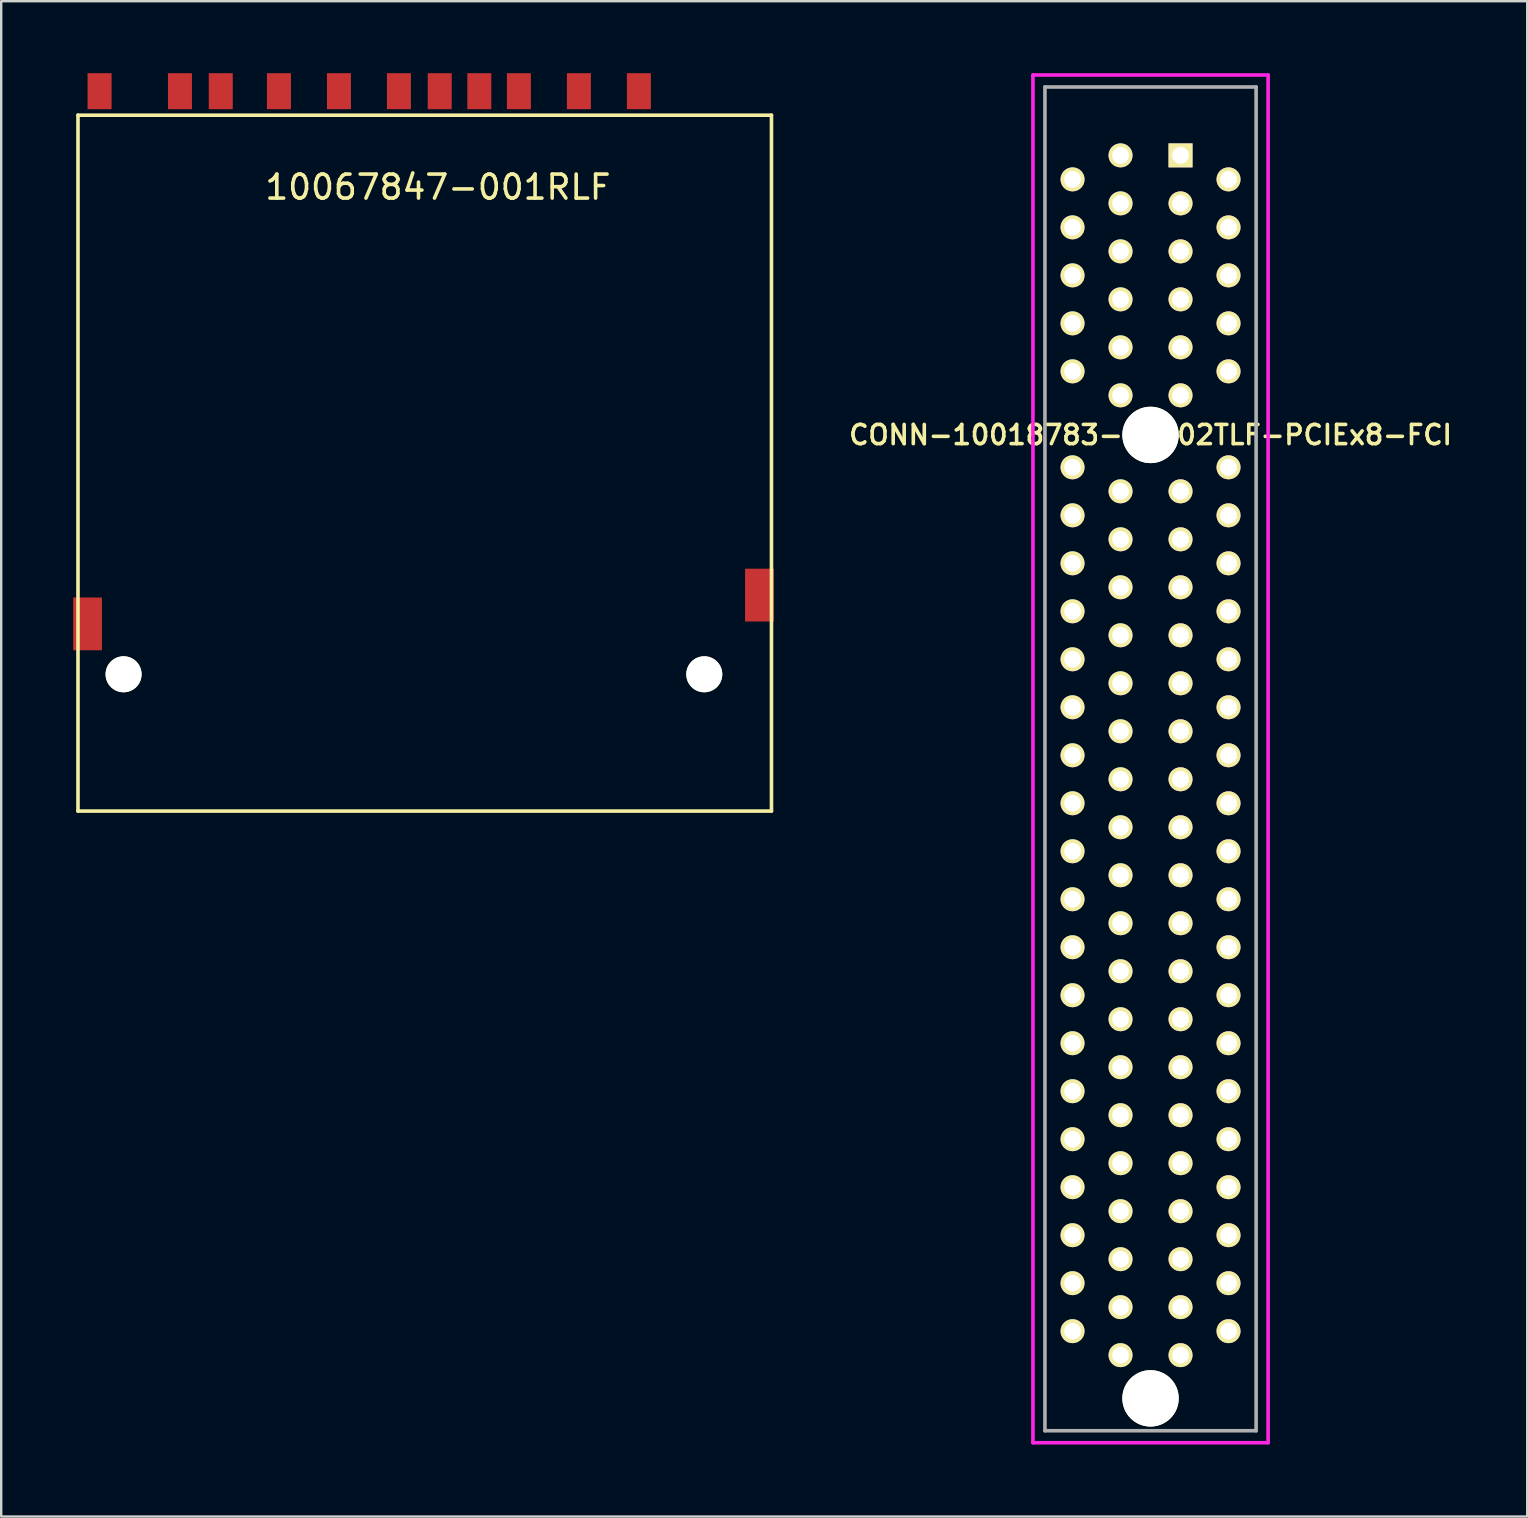
<source format=kicad_pcb>
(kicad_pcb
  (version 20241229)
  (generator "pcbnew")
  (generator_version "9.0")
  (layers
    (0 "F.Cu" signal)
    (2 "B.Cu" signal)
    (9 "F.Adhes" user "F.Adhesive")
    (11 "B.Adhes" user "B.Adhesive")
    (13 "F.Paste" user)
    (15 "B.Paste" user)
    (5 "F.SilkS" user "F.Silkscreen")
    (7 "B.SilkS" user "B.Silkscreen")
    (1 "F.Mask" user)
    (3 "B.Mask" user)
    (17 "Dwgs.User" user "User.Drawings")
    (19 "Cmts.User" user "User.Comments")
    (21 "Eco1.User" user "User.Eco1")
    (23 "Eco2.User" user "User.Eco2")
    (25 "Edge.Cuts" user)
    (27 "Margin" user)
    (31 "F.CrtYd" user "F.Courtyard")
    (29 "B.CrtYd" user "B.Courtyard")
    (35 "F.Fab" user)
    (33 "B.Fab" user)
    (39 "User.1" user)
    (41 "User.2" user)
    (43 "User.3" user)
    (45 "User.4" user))
  (footprint "CONN-10018783-10202TLF-PCIEx8-FCI"
    (layer "F.Cu")
    (at 44.897 15.075)
    (property "Reference" "CONN-10018783-10202TLF-PCIEx8-FCI" (at 0 0 0) (layer "F.SilkS") (effects (font (size 0.8 0.8) (thickness 0.15))))
    (attr through_hole)
    (fp_line (start -4.9 -15) (end 4.9 -15) (stroke (width 0.15) (type solid)) (layer "F.CrtYd"))
    (fp_line (start -4.9 42) (end -4.9 -15) (stroke (width 0.15) (type solid)) (layer "F.CrtYd"))
    (fp_line (start 4.9 -15) (end 4.9 42) (stroke (width 0.15) (type solid)) (layer "F.CrtYd"))
    (fp_line (start 4.9 42) (end -4.9 42) (stroke (width 0.15) (type solid)) (layer "F.CrtYd"))
    (fp_line (start -4.4 -14.5) (end 4.4 -14.5) (stroke (width 0.15) (type solid)) (layer "F.Fab"))
    (fp_line (start -4.4 41.5) (end -4.4 -14.5) (stroke (width 0.15) (type solid)) (layer "F.Fab"))
    (fp_line (start 4.4 -14.5) (end 4.4 41.5) (stroke (width 0.15) (type solid)) (layer "F.Fab"))
    (fp_line (start 4.4 41.5) (end -4.4 41.5) (stroke (width 0.15) (type solid)) (layer "F.Fab"))
    (pad "" np_thru_hole circle (at 0 0) (size 2.35 2.35) (drill 2.35) (layers "*.Cu" "*.Mask" "F.SilkS"))
    (pad "" np_thru_hole circle (at 0 40.15) (size 2.35 2.35) (drill 2.35) (layers "*.Cu" "*.Mask" "F.SilkS"))
    (pad "A1" thru_hole rect (at 1.25 -11.65) (size 1 1) (drill 0.7) (layers "*.Cu" "*.Mask" "F.SilkS"))
    (pad "A2" thru_hole circle (at 3.25 -10.65) (size 1 1) (drill 0.7) (layers "*.Cu" "*.Mask" "F.SilkS"))
    (pad "A3" thru_hole circle (at 1.25 -9.65) (size 1 1) (drill 0.7) (layers "*.Cu" "*.Mask" "F.SilkS"))
    (pad "A4" thru_hole circle (at 3.25 -8.65) (size 1 1) (drill 0.7) (layers "*.Cu" "*.Mask" "F.SilkS"))
    (pad "A5" thru_hole circle (at 1.25 -7.65) (size 1 1) (drill 0.7) (layers "*.Cu" "*.Mask" "F.SilkS"))
    (pad "A6" thru_hole circle (at 3.25 -6.65) (size 1 1) (drill 0.7) (layers "*.Cu" "*.Mask" "F.SilkS"))
    (pad "A7" thru_hole circle (at 1.25 -5.65) (size 1 1) (drill 0.7) (layers "*.Cu" "*.Mask" "F.SilkS"))
    (pad "A8" thru_hole circle (at 3.25 -4.65) (size 1 1) (drill 0.7) (layers "*.Cu" "*.Mask" "F.SilkS"))
    (pad "A9" thru_hole circle (at 1.25 -3.65) (size 1 1) (drill 0.7) (layers "*.Cu" "*.Mask" "F.SilkS"))
    (pad "A10" thru_hole circle (at 3.25 -2.65) (size 1 1) (drill 0.7) (layers "*.Cu" "*.Mask" "F.SilkS"))
    (pad "A11" thru_hole circle (at 1.25 -1.65) (size 1 1) (drill 0.7) (layers "*.Cu" "*.Mask" "F.SilkS"))
    (pad "A12" thru_hole circle (at 3.25 1.35) (size 1 1) (drill 0.7) (layers "*.Cu" "*.Mask" "F.SilkS"))
    (pad "A13" thru_hole circle (at 1.25 2.35) (size 1 1) (drill 0.7) (layers "*.Cu" "*.Mask" "F.SilkS"))
    (pad "A14" thru_hole circle (at 3.25 3.35) (size 1 1) (drill 0.7) (layers "*.Cu" "*.Mask" "F.SilkS"))
    (pad "A15" thru_hole circle (at 1.25 4.35) (size 1 1) (drill 0.7) (layers "*.Cu" "*.Mask" "F.SilkS"))
    (pad "A16" thru_hole circle (at 3.25 5.35) (size 1 1) (drill 0.7) (layers "*.Cu" "*.Mask" "F.SilkS"))
    (pad "A17" thru_hole circle (at 1.25 6.35) (size 1 1) (drill 0.7) (layers "*.Cu" "*.Mask" "F.SilkS"))
    (pad "A18" thru_hole circle (at 3.25 7.35) (size 1 1) (drill 0.7) (layers "*.Cu" "*.Mask" "F.SilkS"))
    (pad "A19" thru_hole circle (at 1.25 8.35) (size 1 1) (drill 0.7) (layers "*.Cu" "*.Mask" "F.SilkS"))
    (pad "A20" thru_hole circle (at 3.25 9.35) (size 1 1) (drill 0.7) (layers "*.Cu" "*.Mask" "F.SilkS"))
    (pad "A21" thru_hole circle (at 1.25 10.35) (size 1 1) (drill 0.7) (layers "*.Cu" "*.Mask" "F.SilkS"))
    (pad "A22" thru_hole circle (at 3.25 11.35) (size 1 1) (drill 0.7) (layers "*.Cu" "*.Mask" "F.SilkS"))
    (pad "A23" thru_hole circle (at 1.25 12.35) (size 1 1) (drill 0.7) (layers "*.Cu" "*.Mask" "F.SilkS"))
    (pad "A24" thru_hole circle (at 3.25 13.35) (size 1 1) (drill 0.7) (layers "*.Cu" "*.Mask" "F.SilkS"))
    (pad "A25" thru_hole circle (at 1.25 14.35) (size 1 1) (drill 0.7) (layers "*.Cu" "*.Mask" "F.SilkS"))
    (pad "A26" thru_hole circle (at 3.25 15.35) (size 1 1) (drill 0.7) (layers "*.Cu" "*.Mask" "F.SilkS"))
    (pad "A27" thru_hole circle (at 1.25 16.35) (size 1 1) (drill 0.7) (layers "*.Cu" "*.Mask" "F.SilkS"))
    (pad "A28" thru_hole circle (at 3.25 17.35) (size 1 1) (drill 0.7) (layers "*.Cu" "*.Mask" "F.SilkS"))
    (pad "A29" thru_hole circle (at 1.25 18.35) (size 1 1) (drill 0.7) (layers "*.Cu" "*.Mask" "F.SilkS"))
    (pad "A30" thru_hole circle (at 3.25 19.35) (size 1 1) (drill 0.7) (layers "*.Cu" "*.Mask" "F.SilkS"))
    (pad "A31" thru_hole circle (at 1.25 20.35) (size 1 1) (drill 0.7) (layers "*.Cu" "*.Mask" "F.SilkS"))
    (pad "A32" thru_hole circle (at 3.25 21.35) (size 1 1) (drill 0.7) (layers "*.Cu" "*.Mask" "F.SilkS"))
    (pad "A33" thru_hole circle (at 1.25 22.35) (size 1 1) (drill 0.7) (layers "*.Cu" "*.Mask" "F.SilkS"))
    (pad "A34" thru_hole circle (at 3.25 23.35) (size 1 1) (drill 0.7) (layers "*.Cu" "*.Mask" "F.SilkS"))
    (pad "A35" thru_hole circle (at 1.25 24.35) (size 1 1) (drill 0.7) (layers "*.Cu" "*.Mask" "F.SilkS"))
    (pad "A36" thru_hole circle (at 3.25 25.35) (size 1 1) (drill 0.7) (layers "*.Cu" "*.Mask" "F.SilkS"))
    (pad "A37" thru_hole circle (at 1.25 26.35) (size 1 1) (drill 0.7) (layers "*.Cu" "*.Mask" "F.SilkS"))
    (pad "A38" thru_hole circle (at 3.25 27.35) (size 1 1) (drill 0.7) (layers "*.Cu" "*.Mask" "F.SilkS"))
    (pad "A39" thru_hole circle (at 1.25 28.35) (size 1 1) (drill 0.7) (layers "*.Cu" "*.Mask" "F.SilkS"))
    (pad "A40" thru_hole circle (at 3.25 29.35) (size 1 1) (drill 0.7) (layers "*.Cu" "*.Mask" "F.SilkS"))
    (pad "A41" thru_hole circle (at 1.25 30.35) (size 1 1) (drill 0.7) (layers "*.Cu" "*.Mask" "F.SilkS"))
    (pad "A42" thru_hole circle (at 3.25 31.35) (size 1 1) (drill 0.7) (layers "*.Cu" "*.Mask" "F.SilkS"))
    (pad "A43" thru_hole circle (at 1.25 32.35) (size 1 1) (drill 0.7) (layers "*.Cu" "*.Mask" "F.SilkS"))
    (pad "A44" thru_hole circle (at 3.25 33.35) (size 1 1) (drill 0.7) (layers "*.Cu" "*.Mask" "F.SilkS"))
    (pad "A45" thru_hole circle (at 1.25 34.35) (size 1 1) (drill 0.7) (layers "*.Cu" "*.Mask" "F.SilkS"))
    (pad "A46" thru_hole circle (at 3.25 35.35) (size 1 1) (drill 0.7) (layers "*.Cu" "*.Mask" "F.SilkS"))
    (pad "A47" thru_hole circle (at 1.25 36.35) (size 1 1) (drill 0.7) (layers "*.Cu" "*.Mask" "F.SilkS"))
    (pad "A48" thru_hole circle (at 3.25 37.35) (size 1 1) (drill 0.7) (layers "*.Cu" "*.Mask" "F.SilkS"))
    (pad "A49" thru_hole circle (at 1.25 38.35) (size 1 1) (drill 0.7) (layers "*.Cu" "*.Mask" "F.SilkS"))
    (pad "B1" thru_hole circle (at -1.25 -11.65) (size 1 1) (drill 0.7) (layers "*.Cu" "*.Mask" "F.SilkS"))
    (pad "B2" thru_hole circle (at -3.25 -10.65) (size 1 1) (drill 0.7) (layers "*.Cu" "*.Mask" "F.SilkS"))
    (pad "B3" thru_hole circle (at -1.25 -9.65) (size 1 1) (drill 0.7) (layers "*.Cu" "*.Mask" "F.SilkS"))
    (pad "B4" thru_hole circle (at -3.25 -8.65) (size 1 1) (drill 0.7) (layers "*.Cu" "*.Mask" "F.SilkS"))
    (pad "B5" thru_hole circle (at -1.25 -7.65) (size 1 1) (drill 0.7) (layers "*.Cu" "*.Mask" "F.SilkS"))
    (pad "B6" thru_hole circle (at -3.25 -6.65) (size 1 1) (drill 0.7) (layers "*.Cu" "*.Mask" "F.SilkS"))
    (pad "B7" thru_hole circle (at -1.25 -5.65) (size 1 1) (drill 0.7) (layers "*.Cu" "*.Mask" "F.SilkS"))
    (pad "B8" thru_hole circle (at -3.25 -4.65) (size 1 1) (drill 0.7) (layers "*.Cu" "*.Mask" "F.SilkS"))
    (pad "B9" thru_hole circle (at -1.25 -3.65) (size 1 1) (drill 0.7) (layers "*.Cu" "*.Mask" "F.SilkS"))
    (pad "B10" thru_hole circle (at -3.25 -2.65) (size 1 1) (drill 0.7) (layers "*.Cu" "*.Mask" "F.SilkS"))
    (pad "B11" thru_hole circle (at -1.25 -1.65) (size 1 1) (drill 0.7) (layers "*.Cu" "*.Mask" "F.SilkS"))
    (pad "B12" thru_hole circle (at -3.25 1.35) (size 1 1) (drill 0.7) (layers "*.Cu" "*.Mask" "F.SilkS"))
    (pad "B13" thru_hole circle (at -1.25 2.35) (size 1 1) (drill 0.7) (layers "*.Cu" "*.Mask" "F.SilkS"))
    (pad "B14" thru_hole circle (at -3.25 3.35) (size 1 1) (drill 0.7) (layers "*.Cu" "*.Mask" "F.SilkS"))
    (pad "B15" thru_hole circle (at -1.25 4.35) (size 1 1) (drill 0.7) (layers "*.Cu" "*.Mask" "F.SilkS"))
    (pad "B16" thru_hole circle (at -3.25 5.35) (size 1 1) (drill 0.7) (layers "*.Cu" "*.Mask" "F.SilkS"))
    (pad "B17" thru_hole circle (at -1.25 6.35) (size 1 1) (drill 0.7) (layers "*.Cu" "*.Mask" "F.SilkS"))
    (pad "B18" thru_hole circle (at -3.25 7.35) (size 1 1) (drill 0.7) (layers "*.Cu" "*.Mask" "F.SilkS"))
    (pad "B19" thru_hole circle (at -1.25 8.35) (size 1 1) (drill 0.7) (layers "*.Cu" "*.Mask" "F.SilkS"))
    (pad "B20" thru_hole circle (at -3.25 9.35) (size 1 1) (drill 0.7) (layers "*.Cu" "*.Mask" "F.SilkS"))
    (pad "B21" thru_hole circle (at -1.25 10.35) (size 1 1) (drill 0.7) (layers "*.Cu" "*.Mask" "F.SilkS"))
    (pad "B22" thru_hole circle (at -3.25 11.35) (size 1 1) (drill 0.7) (layers "*.Cu" "*.Mask" "F.SilkS"))
    (pad "B23" thru_hole circle (at -1.25 12.35) (size 1 1) (drill 0.7) (layers "*.Cu" "*.Mask" "F.SilkS"))
    (pad "B24" thru_hole circle (at -3.25 13.35) (size 1 1) (drill 0.7) (layers "*.Cu" "*.Mask" "F.SilkS"))
    (pad "B25" thru_hole circle (at -1.25 14.35) (size 1 1) (drill 0.7) (layers "*.Cu" "*.Mask" "F.SilkS"))
    (pad "B26" thru_hole circle (at -3.25 15.35) (size 1 1) (drill 0.7) (layers "*.Cu" "*.Mask" "F.SilkS"))
    (pad "B27" thru_hole circle (at -1.25 16.35) (size 1 1) (drill 0.7) (layers "*.Cu" "*.Mask" "F.SilkS"))
    (pad "B28" thru_hole circle (at -3.25 17.35) (size 1 1) (drill 0.7) (layers "*.Cu" "*.Mask" "F.SilkS"))
    (pad "B29" thru_hole circle (at -1.25 18.35) (size 1 1) (drill 0.7) (layers "*.Cu" "*.Mask" "F.SilkS"))
    (pad "B30" thru_hole circle (at -3.25 19.35) (size 1 1) (drill 0.7) (layers "*.Cu" "*.Mask" "F.SilkS"))
    (pad "B31" thru_hole circle (at -1.25 20.35) (size 1 1) (drill 0.7) (layers "*.Cu" "*.Mask" "F.SilkS"))
    (pad "B32" thru_hole circle (at -3.25 21.35) (size 1 1) (drill 0.7) (layers "*.Cu" "*.Mask" "F.SilkS"))
    (pad "B33" thru_hole circle (at -1.25 22.35) (size 1 1) (drill 0.7) (layers "*.Cu" "*.Mask" "F.SilkS"))
    (pad "B34" thru_hole circle (at -3.25 23.35) (size 1 1) (drill 0.7) (layers "*.Cu" "*.Mask" "F.SilkS"))
    (pad "B35" thru_hole circle (at -1.25 24.35) (size 1 1) (drill 0.7) (layers "*.Cu" "*.Mask" "F.SilkS"))
    (pad "B36" thru_hole circle (at -3.25 25.35) (size 1 1) (drill 0.7) (layers "*.Cu" "*.Mask" "F.SilkS"))
    (pad "B37" thru_hole circle (at -1.25 26.35) (size 1 1) (drill 0.7) (layers "*.Cu" "*.Mask" "F.SilkS"))
    (pad "B38" thru_hole circle (at -3.25 27.35) (size 1 1) (drill 0.7) (layers "*.Cu" "*.Mask" "F.SilkS"))
    (pad "B39" thru_hole circle (at -1.25 28.35) (size 1 1) (drill 0.7) (layers "*.Cu" "*.Mask" "F.SilkS"))
    (pad "B40" thru_hole circle (at -3.25 29.35) (size 1 1) (drill 0.7) (layers "*.Cu" "*.Mask" "F.SilkS"))
    (pad "B41" thru_hole circle (at -1.25 30.35) (size 1 1) (drill 0.7) (layers "*.Cu" "*.Mask" "F.SilkS"))
    (pad "B42" thru_hole circle (at -3.25 31.35) (size 1 1) (drill 0.7) (layers "*.Cu" "*.Mask" "F.SilkS"))
    (pad "B43" thru_hole circle (at -1.25 32.35) (size 1 1) (drill 0.7) (layers "*.Cu" "*.Mask" "F.SilkS"))
    (pad "B44" thru_hole circle (at -3.25 33.35) (size 1 1) (drill 0.7) (layers "*.Cu" "*.Mask" "F.SilkS"))
    (pad "B45" thru_hole circle (at -1.25 34.35) (size 1 1) (drill 0.7) (layers "*.Cu" "*.Mask" "F.SilkS"))
    (pad "B46" thru_hole circle (at -3.25 35.35) (size 1 1) (drill 0.7) (layers "*.Cu" "*.Mask" "F.SilkS"))
    (pad "B47" thru_hole circle (at -1.25 36.35) (size 1 1) (drill 0.7) (layers "*.Cu" "*.Mask" "F.SilkS"))
    (pad "B48" thru_hole circle (at -3.25 37.35) (size 1 1) (drill 0.7) (layers "*.Cu" "*.Mask" "F.SilkS"))
    (pad "B49" thru_hole circle (at -1.25 38.35) (size 1 1) (drill 0.7) (layers "*.Cu" "*.Mask" "F.SilkS")))
  (footprint "10067847-001RLF"
    (layer "F.Cu")
    (at 15.2 14.75)
    (property "Reference" "10067847-001RLF" (at 0 -10 0) (layer "F.SilkS") (effects (font (size 1 1) (thickness 0.15))))
    (attr through_hole)
    (fp_line (start -15 -13) (end 13.9 -13) (stroke (width 0.15) (type solid)) (layer "F.SilkS"))
    (fp_line (start -15 16) (end -15 -13) (stroke (width 0.15) (type solid)) (layer "F.SilkS"))
    (fp_line (start -15 16) (end 13.9 16) (stroke (width 0.15) (type solid)) (layer "F.SilkS"))
    (fp_line (start 13.9 -13) (end 13.9 16) (stroke (width 0.15) (type solid)) (layer "F.SilkS"))
    (pad "" np_thru_hole circle (at -13.1 10.3) (size 1.5 1.5) (drill 1.5) (layers "*.Cu" "*.Mask" "F.SilkS"))
    (pad "" np_thru_hole circle (at 11.1 10.3) (size 1.5 1.5) (drill 1.5) (layers "*.Cu" "*.Mask" "F.SilkS"))
    (pad "1" smd rect (at 5.875 -14) (size 1 1.5) (layers "F.Cu" "F.Mask" "F.Paste"))
    (pad "2" smd rect (at 3.375 -14) (size 1 1.5) (layers "F.Cu" "F.Mask" "F.Paste"))
    (pad "3" smd rect (at 0.075 -14) (size 1 1.5) (layers "F.Cu" "F.Mask" "F.Paste"))
    (pad "4" smd rect (at -1.625 -14) (size 1 1.5) (layers "F.Cu" "F.Mask" "F.Paste"))
    (pad "5" smd rect (at -4.125 -14) (size 1 1.5) (layers "F.Cu" "F.Mask" "F.Paste"))
    (pad "6" smd rect (at -6.625 -14) (size 1 1.5) (layers "F.Cu" "F.Mask" "F.Paste"))
    (pad "7" smd rect (at -9.05 -14) (size 1 1.5) (layers "F.Cu" "F.Mask" "F.Paste"))
    (pad "8" smd rect (at -10.75 -14) (size 1 1.5) (layers "F.Cu" "F.Mask" "F.Paste"))
    (pad "9" smd rect (at 8.375 -14) (size 1 1.5) (layers "F.Cu" "F.Mask" "F.Paste"))
    (pad "10" smd rect (at 1.725 -14) (size 1 1.5) (layers "F.Cu" "F.Mask" "F.Paste"))
    (pad "11" smd rect (at -14.1 -14) (size 1 1.5) (layers "F.Cu" "F.Mask" "F.Paste"))
    (pad "SH" smd rect (at -14.6 8.2) (size 1.2 2.2) (layers "F.Cu" "F.Mask" "F.Paste"))
    (pad "SH" smd rect (at 13.4 7) (size 1.2 2.2) (layers "F.Cu" "F.Mask" "F.Paste")))
  (gr_rect
    (start -3 -3)
    (end 60.595 60.15)
    (stroke (width 0.1) (type default))
    (fill no)
    (layer "Edge.Cuts")))
</source>
